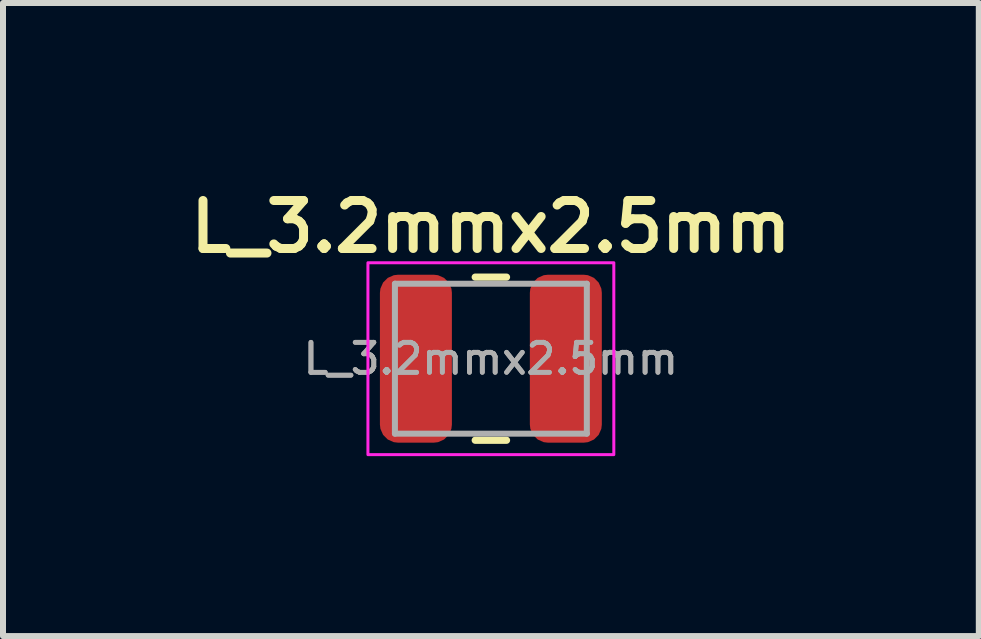
<source format=kicad_pcb>
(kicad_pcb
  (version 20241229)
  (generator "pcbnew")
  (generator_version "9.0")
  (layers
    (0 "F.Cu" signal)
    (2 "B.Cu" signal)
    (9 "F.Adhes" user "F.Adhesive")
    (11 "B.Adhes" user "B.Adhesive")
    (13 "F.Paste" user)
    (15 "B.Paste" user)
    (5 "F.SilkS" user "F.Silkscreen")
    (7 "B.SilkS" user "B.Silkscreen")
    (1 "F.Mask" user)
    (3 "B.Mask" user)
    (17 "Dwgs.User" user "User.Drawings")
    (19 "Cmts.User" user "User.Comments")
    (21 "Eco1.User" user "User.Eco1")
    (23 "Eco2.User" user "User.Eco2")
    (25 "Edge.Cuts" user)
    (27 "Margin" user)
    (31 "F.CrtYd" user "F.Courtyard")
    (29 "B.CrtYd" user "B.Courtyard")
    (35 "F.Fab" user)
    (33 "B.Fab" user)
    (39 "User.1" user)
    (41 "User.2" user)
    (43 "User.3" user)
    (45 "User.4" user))
  (footprint "L_3.2mmx2.5mm"
    (layer "F.Cu")
    (at 5.135 2.931)
    (property "Reference" "L_3.2mmx2.5mm" (at 0 -2.2 0) (layer "F.SilkS") (effects (font (size 0.8 0.8) (thickness 0.15))))
    (attr smd)
    (fp_line (start -0.261 -1.36) (end 0.261 -1.36) (stroke (width 0.12) (type solid)) (layer "F.SilkS"))
    (fp_line (start -0.261 1.36) (end 0.261 1.36) (stroke (width 0.12) (type solid)) (layer "F.SilkS"))
    (fp_rect (start -2.05 -1.6) (end 2.05 1.6) (stroke (width 0.05) (type solid)) (fill no) (layer "F.CrtYd"))
    (fp_line (start -1.6 -1.25) (end 1.6 -1.25) (stroke (width 0.1) (type solid)) (layer "F.Fab"))
    (fp_line (start -1.6 1.25) (end -1.6 -1.25) (stroke (width 0.1) (type solid)) (layer "F.Fab"))
    (fp_line (start 1.6 -1.25) (end 1.6 1.25) (stroke (width 0.1) (type solid)) (layer "F.Fab"))
    (fp_line (start 1.6 1.25) (end -1.6 1.25) (stroke (width 0.1) (type solid)) (layer "F.Fab"))
    (fp_text user "${REFERENCE}" (at 0 0 0) (layer "F.Fab") (effects (font (size 0.5 0.5) (thickness 0.08))))
    (fp_text user "${REFERENCE}" (at 0 0 0) (layer "F.Fab") (effects (font (size 0.5 0.5) (thickness 0.08))))
    (pad "1" smd roundrect (at -1.25 0) (size 1.2 2.8) (layers "F.Cu" "F.Mask" "F.Paste") (roundrect_rratio 0.25))
    (pad "2" smd roundrect (at 1.25 0) (size 1.2 2.8) (layers "F.Cu" "F.Mask" "F.Paste") (roundrect_rratio 0.25)))
  (gr_rect
    (start -3 -3)
    (end 13.271 7.556)
    (stroke (width 0.1) (type default))
    (fill no)
    (layer "Edge.Cuts")))
</source>
